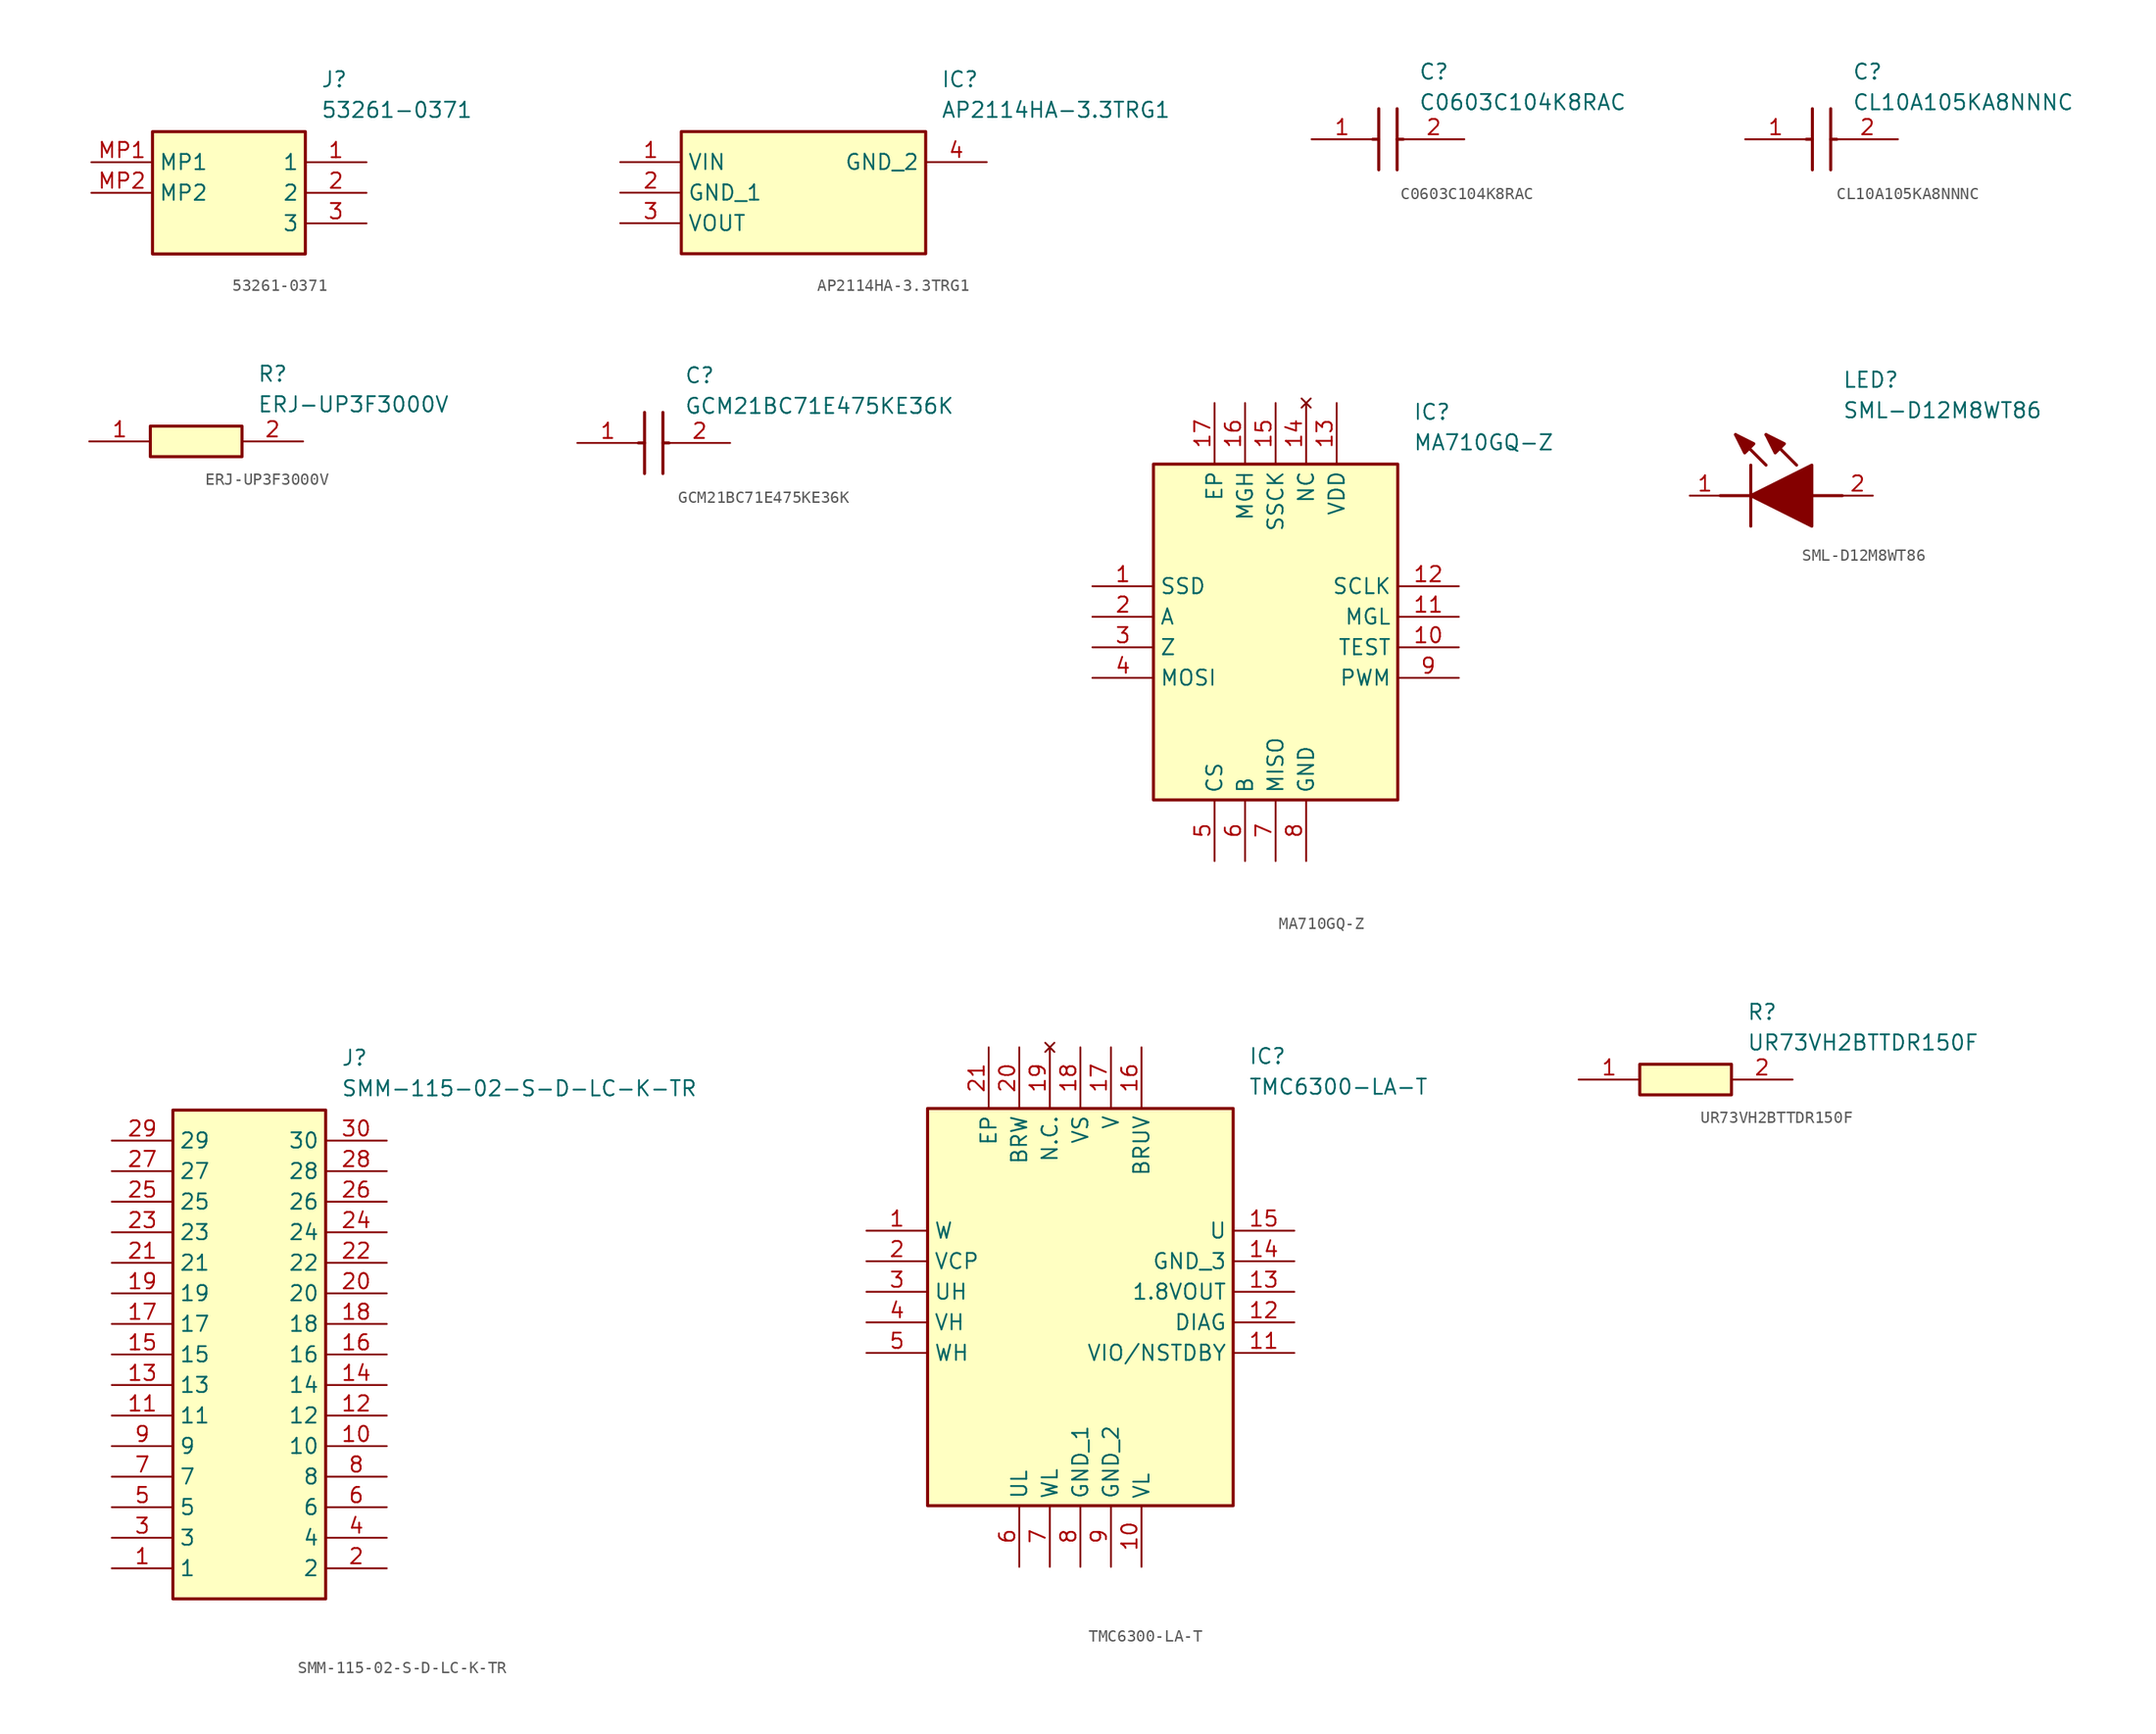
<source format=kicad_sym>
(kicad_symbol_lib
  (version 20220914)
  (generator SamacSys_ECAD_Model)
  (symbol "53261-0371"
    (property "Reference" "J"
      (at 19.05 7.62 0)
      (effects (font (size 1.27 1.27)) (justify left top)))
    (property "Value" "53261-0371"
      (at 19.05 5.08 0)
      (effects (font (size 1.27 1.27)) (justify left top)))
    (rectangle
      (start 5.08 2.54)
      (end 17.78 -7.62)
      (stroke (width 0.254) (type default))
      (fill (type background)))
    (pin passive line
      (at 22.86 0 180)
      (length 5.08)
      (name "1" (effects (font (size 1.27 1.27))))
      (number "1" (effects (font (size 1.27 1.27)))))
    (pin passive line
      (at 22.86 -2.54 180)
      (length 5.08)
      (name "2" (effects (font (size 1.27 1.27))))
      (number "2" (effects (font (size 1.27 1.27)))))
    (pin passive line
      (at 22.86 -5.08 180)
      (length 5.08)
      (name "3" (effects (font (size 1.27 1.27))))
      (number "3" (effects (font (size 1.27 1.27)))))
    (pin passive line
      (at 0 0 0)
      (length 5.08)
      (name "MP1" (effects (font (size 1.27 1.27))))
      (number "MP1" (effects (font (size 1.27 1.27)))))
    (pin passive line
      (at 0 -2.54 0)
      (length 5.08)
      (name "MP2" (effects (font (size 1.27 1.27))))
      (number "MP2" (effects (font (size 1.27 1.27))))))
  (symbol "AP2114HA-3.3TRG1"
    (property "Reference" "IC"
      (at 26.67 7.62 0)
      (effects (font (size 1.27 1.27)) (justify left top)))
    (property "Value" "AP2114HA-3.3TRG1"
      (at 26.67 5.08 0)
      (effects (font (size 1.27 1.27)) (justify left top)))
    (rectangle
      (start 5.08 2.54)
      (end 25.4 -7.62)
      (stroke (width 0.254) (type default))
      (fill (type background)))
    (pin passive line
      (at 0 0 0)
      (length 5.08)
      (name "VIN" (effects (font (size 1.27 1.27))))
      (number "1" (effects (font (size 1.27 1.27)))))
    (pin passive line
      (at 0 -2.54 0)
      (length 5.08)
      (name "GND_1" (effects (font (size 1.27 1.27))))
      (number "2" (effects (font (size 1.27 1.27)))))
    (pin passive line
      (at 0 -5.08 0)
      (length 5.08)
      (name "VOUT" (effects (font (size 1.27 1.27))))
      (number "3" (effects (font (size 1.27 1.27)))))
    (pin passive line
      (at 30.48 0 180)
      (length 5.08)
      (name "GND_2" (effects (font (size 1.27 1.27))))
      (number "4" (effects (font (size 1.27 1.27))))))
  (symbol "C0603C104K8RAC"
    (pin_names hide)
    (property "Reference" "C"
      (at 8.89 6.35 0)
      (effects (font (size 1.27 1.27)) (justify left top)))
    (property "Value" "C0603C104K8RAC"
      (at 8.89 3.81 0)
      (effects (font (size 1.27 1.27)) (justify left top)))
    (polyline
      (pts (xy 5.588 2.54) (xy 5.588 -2.54))
      (stroke (width 0.254) (type default))
      (fill (type none)))
    (polyline
      (pts (xy 7.112 2.54) (xy 7.112 -2.54))
      (stroke (width 0.254) (type default))
      (fill (type none)))
    (polyline
      (pts (xy 5.08 0) (xy 5.588 0))
      (stroke (width 0.254) (type default))
      (fill (type none)))
    (polyline
      (pts (xy 7.112 0) (xy 7.62 0))
      (stroke (width 0.254) (type default))
      (fill (type none)))
    (pin passive line
      (at 0 0 0)
      (length 5.08)
      (name "1" (effects (font (size 1.27 1.27))))
      (number "1" (effects (font (size 1.27 1.27)))))
    (pin passive line
      (at 12.7 0 180)
      (length 5.08)
      (name "2" (effects (font (size 1.27 1.27))))
      (number "2" (effects (font (size 1.27 1.27))))))
  (symbol "CL10A105KA8NNNC"
    (pin_names hide)
    (property "Reference" "C"
      (at 8.89 6.35 0)
      (effects (font (size 1.27 1.27)) (justify left top)))
    (property "Value" "CL10A105KA8NNNC"
      (at 8.89 3.81 0)
      (effects (font (size 1.27 1.27)) (justify left top)))
    (polyline
      (pts (xy 5.588 2.54) (xy 5.588 -2.54))
      (stroke (width 0.254) (type default))
      (fill (type none)))
    (polyline
      (pts (xy 7.112 2.54) (xy 7.112 -2.54))
      (stroke (width 0.254) (type default))
      (fill (type none)))
    (polyline
      (pts (xy 5.08 0) (xy 5.588 0))
      (stroke (width 0.254) (type default))
      (fill (type none)))
    (polyline
      (pts (xy 7.112 0) (xy 7.62 0))
      (stroke (width 0.254) (type default))
      (fill (type none)))
    (pin passive line
      (at 0 0 0)
      (length 5.08)
      (name "1" (effects (font (size 1.27 1.27))))
      (number "1" (effects (font (size 1.27 1.27)))))
    (pin passive line
      (at 12.7 0 180)
      (length 5.08)
      (name "2" (effects (font (size 1.27 1.27))))
      (number "2" (effects (font (size 1.27 1.27))))))
  (symbol "ERJ-UP3F3000V"
    (pin_names hide)
    (property "Reference" "R"
      (at 13.97 6.35 0)
      (effects (font (size 1.27 1.27)) (justify left top)))
    (property "Value" "ERJ-UP3F3000V"
      (at 13.97 3.81 0)
      (effects (font (size 1.27 1.27)) (justify left top)))
    (rectangle
      (start 5.08 1.27)
      (end 12.7 -1.27)
      (stroke (width 0.254) (type default))
      (fill (type background)))
    (pin passive line
      (at 0 0 0)
      (length 5.08)
      (name "1" (effects (font (size 1.27 1.27))))
      (number "1" (effects (font (size 1.27 1.27)))))
    (pin passive line
      (at 17.78 0 180)
      (length 5.08)
      (name "2" (effects (font (size 1.27 1.27))))
      (number "2" (effects (font (size 1.27 1.27))))))
  (symbol "GCM21BC71E475KE36K"
    (pin_names hide)
    (property "Reference" "C"
      (at 8.89 6.35 0)
      (effects (font (size 1.27 1.27)) (justify left top)))
    (property "Value" "GCM21BC71E475KE36K"
      (at 8.89 3.81 0)
      (effects (font (size 1.27 1.27)) (justify left top)))
    (polyline
      (pts (xy 5.588 2.54) (xy 5.588 -2.54))
      (stroke (width 0.254) (type default))
      (fill (type none)))
    (polyline
      (pts (xy 7.112 2.54) (xy 7.112 -2.54))
      (stroke (width 0.254) (type default))
      (fill (type none)))
    (polyline
      (pts (xy 5.08 0) (xy 5.588 0))
      (stroke (width 0.254) (type default))
      (fill (type none)))
    (polyline
      (pts (xy 7.112 0) (xy 7.62 0))
      (stroke (width 0.254) (type default))
      (fill (type none)))
    (pin passive line
      (at 0 0 0)
      (length 5.08)
      (name "1" (effects (font (size 1.27 1.27))))
      (number "1" (effects (font (size 1.27 1.27)))))
    (pin passive line
      (at 12.7 0 180)
      (length 5.08)
      (name "2" (effects (font (size 1.27 1.27))))
      (number "2" (effects (font (size 1.27 1.27))))))
  (symbol "MA710GQ-Z"
    (property "Reference" "IC"
      (at 26.67 15.24 0)
      (effects (font (size 1.27 1.27)) (justify left top)))
    (property "Value" "MA710GQ-Z"
      (at 26.67 12.7 0)
      (effects (font (size 1.27 1.27)) (justify left top)))
    (rectangle
      (start 5.08 10.16)
      (end 25.4 -17.78)
      (stroke (width 0.254) (type default))
      (fill (type background)))
    (pin passive line
      (at 0 0 0)
      (length 5.08)
      (name "SSD" (effects (font (size 1.27 1.27))))
      (number "1" (effects (font (size 1.27 1.27)))))
    (pin passive line
      (at 0 -2.54 0)
      (length 5.08)
      (name "A" (effects (font (size 1.27 1.27))))
      (number "2" (effects (font (size 1.27 1.27)))))
    (pin passive line
      (at 0 -5.08 0)
      (length 5.08)
      (name "Z" (effects (font (size 1.27 1.27))))
      (number "3" (effects (font (size 1.27 1.27)))))
    (pin passive line
      (at 0 -7.62 0)
      (length 5.08)
      (name "MOSI" (effects (font (size 1.27 1.27))))
      (number "4" (effects (font (size 1.27 1.27)))))
    (pin passive line
      (at 10.16 -22.86 90)
      (length 5.08)
      (name "CS" (effects (font (size 1.27 1.27))))
      (number "5" (effects (font (size 1.27 1.27)))))
    (pin passive line
      (at 12.7 -22.86 90)
      (length 5.08)
      (name "B" (effects (font (size 1.27 1.27))))
      (number "6" (effects (font (size 1.27 1.27)))))
    (pin passive line
      (at 15.24 -22.86 90)
      (length 5.08)
      (name "MISO" (effects (font (size 1.27 1.27))))
      (number "7" (effects (font (size 1.27 1.27)))))
    (pin passive line
      (at 17.78 -22.86 90)
      (length 5.08)
      (name "GND" (effects (font (size 1.27 1.27))))
      (number "8" (effects (font (size 1.27 1.27)))))
    (pin passive line
      (at 30.48 0 180)
      (length 5.08)
      (name "SCLK" (effects (font (size 1.27 1.27))))
      (number "12" (effects (font (size 1.27 1.27)))))
    (pin passive line
      (at 30.48 -2.54 180)
      (length 5.08)
      (name "MGL" (effects (font (size 1.27 1.27))))
      (number "11" (effects (font (size 1.27 1.27)))))
    (pin passive line
      (at 30.48 -5.08 180)
      (length 5.08)
      (name "TEST" (effects (font (size 1.27 1.27))))
      (number "10" (effects (font (size 1.27 1.27)))))
    (pin passive line
      (at 30.48 -7.62 180)
      (length 5.08)
      (name "PWM" (effects (font (size 1.27 1.27))))
      (number "9" (effects (font (size 1.27 1.27)))))
    (pin passive line
      (at 10.16 15.24 270)
      (length 5.08)
      (name "EP" (effects (font (size 1.27 1.27))))
      (number "17" (effects (font (size 1.27 1.27)))))
    (pin passive line
      (at 12.7 15.24 270)
      (length 5.08)
      (name "MGH" (effects (font (size 1.27 1.27))))
      (number "16" (effects (font (size 1.27 1.27)))))
    (pin passive line
      (at 15.24 15.24 270)
      (length 5.08)
      (name "SSCK" (effects (font (size 1.27 1.27))))
      (number "15" (effects (font (size 1.27 1.27)))))
    (pin no_connect line
      (at 17.78 15.24 270)
      (length 5.08)
      (name "NC" (effects (font (size 1.27 1.27))))
      (number "14" (effects (font (size 1.27 1.27)))))
    (pin passive line
      (at 20.32 15.24 270)
      (length 5.08)
      (name "VDD" (effects (font (size 1.27 1.27))))
      (number "13" (effects (font (size 1.27 1.27))))))
  (symbol "SML-D12M8WT86"
    (pin_names hide)
    (property "Reference" "LED"
      (at 12.7 8.89 0)
      (effects (font (size 1.27 1.27)) (justify left bottom)))
    (property "Value" "SML-D12M8WT86"
      (at 12.7 6.35 0)
      (effects (font (size 1.27 1.27)) (justify left bottom)))
    (polyline
      (pts (xy 5.08 2.54) (xy 5.08 -2.54))
      (stroke (width 0.254) (type default))
      (fill (type none)))
    (polyline
      (pts (xy 6.35 2.54) (xy 3.81 5.08))
      (stroke (width 0.254) (type default))
      (fill (type none)))
    (polyline
      (pts (xy 8.89 2.54) (xy 6.35 5.08))
      (stroke (width 0.254) (type default))
      (fill (type none)))
    (polyline
      (pts (xy 2.54 0) (xy 5.08 0))
      (stroke (width 0.254) (type default))
      (fill (type none)))
    (polyline
      (pts (xy 10.16 0) (xy 12.7 0))
      (stroke (width 0.254) (type default))
      (fill (type none)))
    (polyline
      (pts (xy 5.08 0) (xy 10.16 2.54) (xy 10.16 -2.54) (xy 5.08 0))
      (stroke (width 0.254) (type default))
      (fill (type outline)))
    (polyline
      (pts (xy 5.334 4.318) (xy 4.572 3.556) (xy 3.81 5.08) (xy 5.334 4.318))
      (stroke (width 0.254) (type default))
      (fill (type outline)))
    (polyline
      (pts (xy 7.874 4.318) (xy 7.112 3.556) (xy 6.35 5.08) (xy 7.874 4.318))
      (stroke (width 0.254) (type default))
      (fill (type outline)))
    (pin passive line
      (at 0 0 0)
      (length 2.54)
      (name "K" (effects (font (size 1.27 1.27))))
      (number "1" (effects (font (size 1.27 1.27)))))
    (pin passive line
      (at 15.24 0 180)
      (length 2.54)
      (name "A" (effects (font (size 1.27 1.27))))
      (number "2" (effects (font (size 1.27 1.27))))))
  (symbol "SMM-115-02-S-D-LC-K-TR"
    (property "Reference" "J"
      (at 19.05 7.62 0)
      (effects (font (size 1.27 1.27)) (justify left top)))
    (property "Value" "SMM-115-02-S-D-LC-K-TR"
      (at 19.05 5.08 0)
      (effects (font (size 1.27 1.27)) (justify left top)))
    (rectangle
      (start 5.08 2.54)
      (end 17.78 -38.1)
      (stroke (width 0.254) (type default))
      (fill (type background)))
    (pin passive line
      (at 0 -35.56 0)
      (length 5.08)
      (name "1" (effects (font (size 1.27 1.27))))
      (number "1" (effects (font (size 1.27 1.27)))))
    (pin passive line
      (at 22.86 -35.56 180)
      (length 5.08)
      (name "2" (effects (font (size 1.27 1.27))))
      (number "2" (effects (font (size 1.27 1.27)))))
    (pin passive line
      (at 0 -33.02 0)
      (length 5.08)
      (name "3" (effects (font (size 1.27 1.27))))
      (number "3" (effects (font (size 1.27 1.27)))))
    (pin passive line
      (at 22.86 -33.02 180)
      (length 5.08)
      (name "4" (effects (font (size 1.27 1.27))))
      (number "4" (effects (font (size 1.27 1.27)))))
    (pin passive line
      (at 0 -30.48 0)
      (length 5.08)
      (name "5" (effects (font (size 1.27 1.27))))
      (number "5" (effects (font (size 1.27 1.27)))))
    (pin passive line
      (at 22.86 -30.48 180)
      (length 5.08)
      (name "6" (effects (font (size 1.27 1.27))))
      (number "6" (effects (font (size 1.27 1.27)))))
    (pin passive line
      (at 0 -27.94 0)
      (length 5.08)
      (name "7" (effects (font (size 1.27 1.27))))
      (number "7" (effects (font (size 1.27 1.27)))))
    (pin passive line
      (at 22.86 -27.94 180)
      (length 5.08)
      (name "8" (effects (font (size 1.27 1.27))))
      (number "8" (effects (font (size 1.27 1.27)))))
    (pin passive line
      (at 0 -25.4 0)
      (length 5.08)
      (name "9" (effects (font (size 1.27 1.27))))
      (number "9" (effects (font (size 1.27 1.27)))))
    (pin passive line
      (at 22.86 -25.4 180)
      (length 5.08)
      (name "10" (effects (font (size 1.27 1.27))))
      (number "10" (effects (font (size 1.27 1.27)))))
    (pin passive line
      (at 0 -22.86 0)
      (length 5.08)
      (name "11" (effects (font (size 1.27 1.27))))
      (number "11" (effects (font (size 1.27 1.27)))))
    (pin passive line
      (at 22.86 -22.86 180)
      (length 5.08)
      (name "12" (effects (font (size 1.27 1.27))))
      (number "12" (effects (font (size 1.27 1.27)))))
    (pin passive line
      (at 0 -20.32 0)
      (length 5.08)
      (name "13" (effects (font (size 1.27 1.27))))
      (number "13" (effects (font (size 1.27 1.27)))))
    (pin passive line
      (at 22.86 -20.32 180)
      (length 5.08)
      (name "14" (effects (font (size 1.27 1.27))))
      (number "14" (effects (font (size 1.27 1.27)))))
    (pin passive line
      (at 0 -17.78 0)
      (length 5.08)
      (name "15" (effects (font (size 1.27 1.27))))
      (number "15" (effects (font (size 1.27 1.27)))))
    (pin passive line
      (at 22.86 -17.78 180)
      (length 5.08)
      (name "16" (effects (font (size 1.27 1.27))))
      (number "16" (effects (font (size 1.27 1.27)))))
    (pin passive line
      (at 0 -15.24 0)
      (length 5.08)
      (name "17" (effects (font (size 1.27 1.27))))
      (number "17" (effects (font (size 1.27 1.27)))))
    (pin passive line
      (at 22.86 -15.24 180)
      (length 5.08)
      (name "18" (effects (font (size 1.27 1.27))))
      (number "18" (effects (font (size 1.27 1.27)))))
    (pin passive line
      (at 0 -12.7 0)
      (length 5.08)
      (name "19" (effects (font (size 1.27 1.27))))
      (number "19" (effects (font (size 1.27 1.27)))))
    (pin passive line
      (at 22.86 -12.7 180)
      (length 5.08)
      (name "20" (effects (font (size 1.27 1.27))))
      (number "20" (effects (font (size 1.27 1.27)))))
    (pin passive line
      (at 0 -10.16 0)
      (length 5.08)
      (name "21" (effects (font (size 1.27 1.27))))
      (number "21" (effects (font (size 1.27 1.27)))))
    (pin passive line
      (at 22.86 -10.16 180)
      (length 5.08)
      (name "22" (effects (font (size 1.27 1.27))))
      (number "22" (effects (font (size 1.27 1.27)))))
    (pin passive line
      (at 0 -7.62 0)
      (length 5.08)
      (name "23" (effects (font (size 1.27 1.27))))
      (number "23" (effects (font (size 1.27 1.27)))))
    (pin passive line
      (at 22.86 -7.62 180)
      (length 5.08)
      (name "24" (effects (font (size 1.27 1.27))))
      (number "24" (effects (font (size 1.27 1.27)))))
    (pin passive line
      (at 0 -5.08 0)
      (length 5.08)
      (name "25" (effects (font (size 1.27 1.27))))
      (number "25" (effects (font (size 1.27 1.27)))))
    (pin passive line
      (at 22.86 -5.08 180)
      (length 5.08)
      (name "26" (effects (font (size 1.27 1.27))))
      (number "26" (effects (font (size 1.27 1.27)))))
    (pin passive line
      (at 0 -2.54 0)
      (length 5.08)
      (name "27" (effects (font (size 1.27 1.27))))
      (number "27" (effects (font (size 1.27 1.27)))))
    (pin passive line
      (at 22.86 -2.54 180)
      (length 5.08)
      (name "28" (effects (font (size 1.27 1.27))))
      (number "28" (effects (font (size 1.27 1.27)))))
    (pin passive line
      (at 0 0 0)
      (length 5.08)
      (name "29" (effects (font (size 1.27 1.27))))
      (number "29" (effects (font (size 1.27 1.27)))))
    (pin passive line
      (at 22.86 0 180)
      (length 5.08)
      (name "30" (effects (font (size 1.27 1.27))))
      (number "30" (effects (font (size 1.27 1.27))))))
  (symbol "TMC6300-LA-T"
    (property "Reference" "IC"
      (at 31.75 15.24 0)
      (effects (font (size 1.27 1.27)) (justify left top)))
    (property "Value" "TMC6300-LA-T"
      (at 31.75 12.7 0)
      (effects (font (size 1.27 1.27)) (justify left top)))
    (rectangle
      (start 5.08 10.16)
      (end 30.48 -22.86)
      (stroke (width 0.254) (type default))
      (fill (type background)))
    (pin passive line
      (at 0 0 0)
      (length 5.08)
      (name "W" (effects (font (size 1.27 1.27))))
      (number "1" (effects (font (size 1.27 1.27)))))
    (pin passive line
      (at 0 -2.54 0)
      (length 5.08)
      (name "VCP" (effects (font (size 1.27 1.27))))
      (number "2" (effects (font (size 1.27 1.27)))))
    (pin passive line
      (at 0 -5.08 0)
      (length 5.08)
      (name "UH" (effects (font (size 1.27 1.27))))
      (number "3" (effects (font (size 1.27 1.27)))))
    (pin passive line
      (at 0 -7.62 0)
      (length 5.08)
      (name "VH" (effects (font (size 1.27 1.27))))
      (number "4" (effects (font (size 1.27 1.27)))))
    (pin passive line
      (at 0 -10.16 0)
      (length 5.08)
      (name "WH" (effects (font (size 1.27 1.27))))
      (number "5" (effects (font (size 1.27 1.27)))))
    (pin passive line
      (at 12.7 -27.94 90)
      (length 5.08)
      (name "UL" (effects (font (size 1.27 1.27))))
      (number "6" (effects (font (size 1.27 1.27)))))
    (pin passive line
      (at 15.24 -27.94 90)
      (length 5.08)
      (name "WL" (effects (font (size 1.27 1.27))))
      (number "7" (effects (font (size 1.27 1.27)))))
    (pin passive line
      (at 17.78 -27.94 90)
      (length 5.08)
      (name "GND_1" (effects (font (size 1.27 1.27))))
      (number "8" (effects (font (size 1.27 1.27)))))
    (pin passive line
      (at 20.32 -27.94 90)
      (length 5.08)
      (name "GND_2" (effects (font (size 1.27 1.27))))
      (number "9" (effects (font (size 1.27 1.27)))))
    (pin passive line
      (at 22.86 -27.94 90)
      (length 5.08)
      (name "VL" (effects (font (size 1.27 1.27))))
      (number "10" (effects (font (size 1.27 1.27)))))
    (pin passive line
      (at 35.56 0 180)
      (length 5.08)
      (name "U" (effects (font (size 1.27 1.27))))
      (number "15" (effects (font (size 1.27 1.27)))))
    (pin passive line
      (at 35.56 -2.54 180)
      (length 5.08)
      (name "GND_3" (effects (font (size 1.27 1.27))))
      (number "14" (effects (font (size 1.27 1.27)))))
    (pin passive line
      (at 35.56 -5.08 180)
      (length 5.08)
      (name "1.8VOUT" (effects (font (size 1.27 1.27))))
      (number "13" (effects (font (size 1.27 1.27)))))
    (pin passive line
      (at 35.56 -7.62 180)
      (length 5.08)
      (name "DIAG" (effects (font (size 1.27 1.27))))
      (number "12" (effects (font (size 1.27 1.27)))))
    (pin passive line
      (at 35.56 -10.16 180)
      (length 5.08)
      (name "VIO/NSTDBY" (effects (font (size 1.27 1.27))))
      (number "11" (effects (font (size 1.27 1.27)))))
    (pin passive line
      (at 10.16 15.24 270)
      (length 5.08)
      (name "EP" (effects (font (size 1.27 1.27))))
      (number "21" (effects (font (size 1.27 1.27)))))
    (pin passive line
      (at 12.7 15.24 270)
      (length 5.08)
      (name "BRW" (effects (font (size 1.27 1.27))))
      (number "20" (effects (font (size 1.27 1.27)))))
    (pin no_connect line
      (at 15.24 15.24 270)
      (length 5.08)
      (name "N.C." (effects (font (size 1.27 1.27))))
      (number "19" (effects (font (size 1.27 1.27)))))
    (pin passive line
      (at 17.78 15.24 270)
      (length 5.08)
      (name "VS" (effects (font (size 1.27 1.27))))
      (number "18" (effects (font (size 1.27 1.27)))))
    (pin passive line
      (at 20.32 15.24 270)
      (length 5.08)
      (name "V" (effects (font (size 1.27 1.27))))
      (number "17" (effects (font (size 1.27 1.27)))))
    (pin passive line
      (at 22.86 15.24 270)
      (length 5.08)
      (name "BRUV" (effects (font (size 1.27 1.27))))
      (number "16" (effects (font (size 1.27 1.27))))))
  (symbol "UR73VH2BTTDR150F"
    (pin_names hide)
    (property "Reference" "R"
      (at 13.97 6.35 0)
      (effects (font (size 1.27 1.27)) (justify left top)))
    (property "Value" "UR73VH2BTTDR150F"
      (at 13.97 3.81 0)
      (effects (font (size 1.27 1.27)) (justify left top)))
    (rectangle
      (start 5.08 1.27)
      (end 12.7 -1.27)
      (stroke (width 0.254) (type default))
      (fill (type background)))
    (pin passive line
      (at 0 0 0)
      (length 5.08)
      (name "1" (effects (font (size 1.27 1.27))))
      (number "1" (effects (font (size 1.27 1.27)))))
    (pin passive line
      (at 17.78 0 180)
      (length 5.08)
      (name "2" (effects (font (size 1.27 1.27))))
      (number "2" (effects (font (size 1.27 1.27)))))))
</source>
